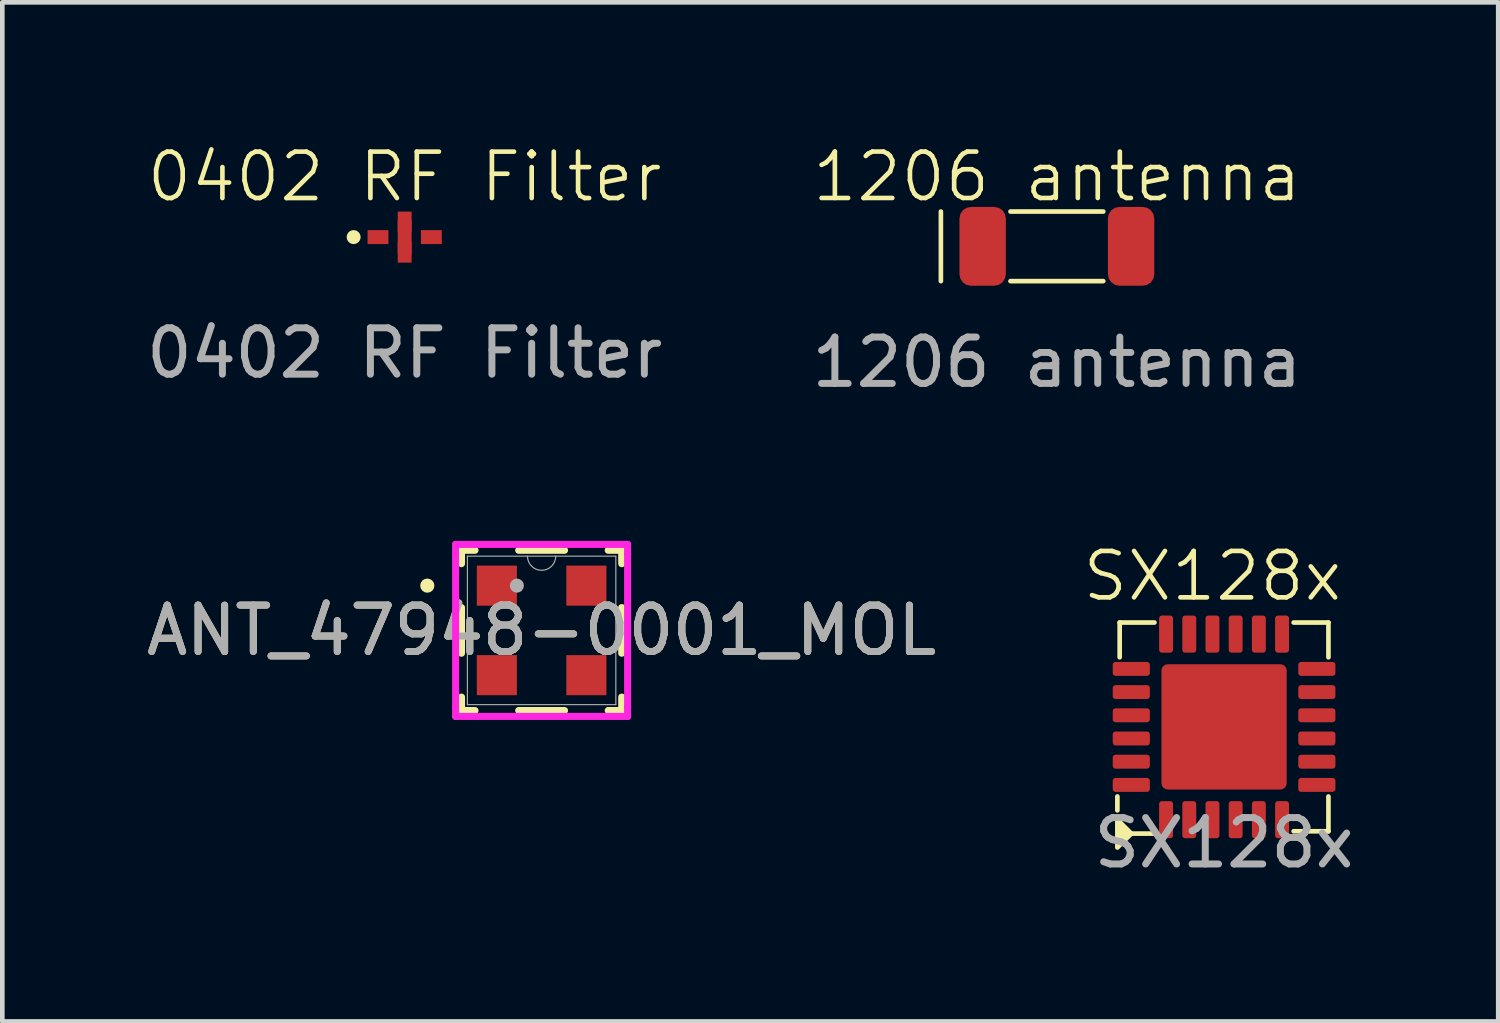
<source format=kicad_pcb>
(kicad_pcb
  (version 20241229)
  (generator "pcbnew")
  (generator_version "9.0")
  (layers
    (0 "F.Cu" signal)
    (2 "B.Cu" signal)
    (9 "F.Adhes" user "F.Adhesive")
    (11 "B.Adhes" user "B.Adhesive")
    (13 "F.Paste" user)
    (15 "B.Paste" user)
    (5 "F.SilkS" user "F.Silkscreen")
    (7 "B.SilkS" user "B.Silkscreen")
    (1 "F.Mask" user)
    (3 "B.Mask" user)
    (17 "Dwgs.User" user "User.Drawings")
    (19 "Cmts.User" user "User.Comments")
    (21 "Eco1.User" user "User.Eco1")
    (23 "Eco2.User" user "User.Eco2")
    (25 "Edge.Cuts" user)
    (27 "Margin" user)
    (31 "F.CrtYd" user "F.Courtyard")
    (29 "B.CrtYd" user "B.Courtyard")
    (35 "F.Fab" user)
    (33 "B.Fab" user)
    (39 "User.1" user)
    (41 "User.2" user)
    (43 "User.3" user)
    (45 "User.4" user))
  (footprint "SX128x"
    (layer "F.Cu")
    (at 23.336 12.619)
    (property "Reference" "SX128x" (at -0.25 -3.25 0) (unlocked yes) (layer "F.SilkS") (effects (font (size 1 1) (thickness 0.1))))
    (attr smd)
    (fp_line (start -2.3 1.5) (end -2.3 1.8) (stroke (width 0.1) (type default)) (layer "F.SilkS"))
    (fp_line (start -2.25 -2.25) (end -1.5 -2.25) (stroke (width 0.1) (type default)) (layer "F.SilkS"))
    (fp_line (start -2.25 -1.5) (end -2.25 -2.25) (stroke (width 0.1) (type default)) (layer "F.SilkS"))
    (fp_line (start -2 2.3) (end -1.5 2.3) (stroke (width 0.1) (type default)) (layer "F.SilkS"))
    (fp_line (start 1.5 -2.25) (end 2.25 -2.25) (stroke (width 0.1) (type default)) (layer "F.SilkS"))
    (fp_line (start 2.25 -2.25) (end 2.25 -1.5) (stroke (width 0.1) (type default)) (layer "F.SilkS"))
    (fp_line (start 2.25 1.5) (end 2.25 2.25) (stroke (width 0.1) (type default)) (layer "F.SilkS"))
    (fp_line (start 2.25 2.25) (end 1.5 2.25) (stroke (width 0.1) (type default)) (layer "F.SilkS"))
    (fp_poly (pts (xy -2.3 2) (xy -2 2.3) (xy -2.3 2.6)) (stroke (width 0.1) (type solid)) (fill yes) (layer "F.SilkS"))
    (fp_text user "${REFERENCE}" (at 0 2.5 0) (unlocked yes) (layer "F.Fab") (effects (font (size 1 1) (thickness 0.15))))
    (pad "0" smd roundrect (at 0 0) (size 2.7 2.7) (layers "F.Cu" "F.Mask" "F.Paste") (roundrect_rratio 0.05))
    (pad "1" smd roundrect (at -1.25 2) (size 0.3 0.8) (layers "F.Cu" "F.Mask" "F.Paste") (roundrect_rratio 0.2))
    (pad "2" smd roundrect (at -0.75 2) (size 0.3 0.8) (layers "F.Cu" "F.Mask" "F.Paste") (roundrect_rratio 0.2))
    (pad "3" smd roundrect (at -0.25 2) (size 0.3 0.8) (layers "F.Cu" "F.Mask" "F.Paste") (roundrect_rratio 0.2))
    (pad "4" smd roundrect (at 0.25 2) (size 0.3 0.8) (layers "F.Cu" "F.Mask" "F.Paste") (roundrect_rratio 0.2))
    (pad "5" smd roundrect (at 0.75 2) (size 0.3 0.8) (layers "F.Cu" "F.Mask" "F.Paste") (roundrect_rratio 0.2))
    (pad "6" smd roundrect (at 1.25 2) (size 0.3 0.8) (layers "F.Cu" "F.Mask" "F.Paste") (roundrect_rratio 0.2))
    (pad "7" smd roundrect (at 2 1.25 90) (size 0.3 0.8) (layers "F.Cu" "F.Mask" "F.Paste") (roundrect_rratio 0.2))
    (pad "8" smd roundrect (at 2 0.75 90) (size 0.3 0.8) (layers "F.Cu" "F.Mask" "F.Paste") (roundrect_rratio 0.2))
    (pad "9" smd roundrect (at 2 0.25 90) (size 0.3 0.8) (layers "F.Cu" "F.Mask" "F.Paste") (roundrect_rratio 0.2))
    (pad "10" smd roundrect (at 2 -0.25 90) (size 0.3 0.8) (layers "F.Cu" "F.Mask" "F.Paste") (roundrect_rratio 0.2))
    (pad "11" smd roundrect (at 2 -0.75 90) (size 0.3 0.8) (layers "F.Cu" "F.Mask" "F.Paste") (roundrect_rratio 0.2))
    (pad "12" smd roundrect (at 2 -1.25 90) (size 0.3 0.8) (layers "F.Cu" "F.Mask" "F.Paste") (roundrect_rratio 0.2))
    (pad "13" smd roundrect (at 1.25 -2 180) (size 0.3 0.8) (layers "F.Cu" "F.Mask" "F.Paste") (roundrect_rratio 0.2))
    (pad "14" smd roundrect (at 0.75 -2 180) (size 0.3 0.8) (layers "F.Cu" "F.Mask" "F.Paste") (roundrect_rratio 0.2))
    (pad "15" smd roundrect (at 0.25 -2 180) (size 0.3 0.8) (layers "F.Cu" "F.Mask" "F.Paste") (roundrect_rratio 0.2))
    (pad "16" smd roundrect (at -0.25 -2 180) (size 0.3 0.8) (layers "F.Cu" "F.Mask" "F.Paste") (roundrect_rratio 0.2))
    (pad "17" smd roundrect (at -0.75 -2 180) (size 0.3 0.8) (layers "F.Cu" "F.Mask" "F.Paste") (roundrect_rratio 0.2))
    (pad "18" smd roundrect (at -1.25 -2 180) (size 0.3 0.8) (layers "F.Cu" "F.Mask" "F.Paste") (roundrect_rratio 0.2))
    (pad "19" smd roundrect (at -2 -1.25 270) (size 0.3 0.8) (layers "F.Cu" "F.Mask" "F.Paste") (roundrect_rratio 0.2))
    (pad "20" smd roundrect (at -2 -0.75 270) (size 0.3 0.8) (layers "F.Cu" "F.Mask" "F.Paste") (roundrect_rratio 0.2))
    (pad "21" smd roundrect (at -2 -0.25 270) (size 0.3 0.8) (layers "F.Cu" "F.Mask" "F.Paste") (roundrect_rratio 0.2))
    (pad "22" smd roundrect (at -2 0.25 270) (size 0.3 0.8) (layers "F.Cu" "F.Mask" "F.Paste") (roundrect_rratio 0.2))
    (pad "23" smd roundrect (at -2 0.75 270) (size 0.3 0.8) (layers "F.Cu" "F.Mask" "F.Paste") (roundrect_rratio 0.2))
    (pad "24" smd roundrect (at -2 1.25 270) (size 0.3 0.8) (layers "F.Cu" "F.Mask" "F.Paste") (roundrect_rratio 0.2)))
  (footprint "0402 RF Filter"
    (layer "F.Cu")
    (at 5.673 2.061)
    (property "Reference" "0402 RF Filter" (at 0 -1.3 0) (unlocked yes) (layer "F.SilkS") (effects (font (size 1 1) (thickness 0.1))))
    (attr smd)
    (fp_line (start 0 -0.325) (end 0 0.325) (stroke (width 0.3) (type default)) (layer "F.Cu"))
    (fp_circle (center -1.1 0) (end -1 0) (stroke (width 0.1) (type solid)) (fill yes) (layer "F.SilkS"))
    (fp_text user "${REFERENCE}" (at 0 2.5 0) (unlocked yes) (layer "F.Fab") (effects (font (size 1 1) (thickness 0.15))))
    (pad "1" smd rect (at 0 -0.325 90) (size 0.45 0.3) (layers "F.Cu" "F.Mask" "F.Paste"))
    (pad "2" smd rect (at 0.575 0 180) (size 0.45 0.3) (layers "F.Cu" "F.Mask" "F.Paste"))
    (pad "3" smd rect (at 0 0.325 90) (size 0.45 0.3) (layers "F.Cu" "F.Mask" "F.Paste"))
    (pad "4" smd rect (at -0.575 0 180) (size 0.45 0.3) (layers "F.Cu" "F.Mask" "F.Paste")))
  (footprint "ANT_47948-0001_MOL"
    (layer "F.Cu")
    (at 8.625 10.539)
    (property "Reference" "ANT_47948-0001_MOL" (at 0 0 0) (unlocked yes) (layer "F.SilkS") (effects (font (size 1 1) (thickness 0.15))))
    (attr smd)
    (fp_line (start -1.727 -1.727) (end -1.727 -1.438) (stroke (width 0.152) (type solid)) (layer "F.SilkS"))
    (fp_line (start -1.727 -0.492) (end -1.727 0.492) (stroke (width 0.152) (type solid)) (layer "F.SilkS"))
    (fp_line (start -1.727 1.438) (end -1.727 1.727) (stroke (width 0.152) (type solid)) (layer "F.SilkS"))
    (fp_line (start -1.727 1.727) (end -1.436 1.727) (stroke (width 0.152) (type solid)) (layer "F.SilkS"))
    (fp_line (start -1.436 -1.727) (end -1.727 -1.727) (stroke (width 0.152) (type solid)) (layer "F.SilkS"))
    (fp_line (start -0.494 1.727) (end 0.494 1.727) (stroke (width 0.152) (type solid)) (layer "F.SilkS"))
    (fp_line (start 0.494 -1.727) (end -0.494 -1.727) (stroke (width 0.152) (type solid)) (layer "F.SilkS"))
    (fp_line (start 1.436 1.727) (end 1.727 1.727) (stroke (width 0.152) (type solid)) (layer "F.SilkS"))
    (fp_line (start 1.727 -1.727) (end 1.436 -1.727) (stroke (width 0.152) (type solid)) (layer "F.SilkS"))
    (fp_line (start 1.727 -1.438) (end 1.727 -1.727) (stroke (width 0.152) (type solid)) (layer "F.SilkS"))
    (fp_line (start 1.727 0.492) (end 1.727 -0.492) (stroke (width 0.152) (type solid)) (layer "F.SilkS"))
    (fp_line (start 1.727 1.727) (end 1.727 1.438) (stroke (width 0.152) (type solid)) (layer "F.SilkS"))
    (fp_circle (center -2.464 -0.965) (end -2.387 -0.965) (stroke (width 0.152) (type solid)) (fill no) (layer "F.SilkS"))
    (fp_line (start -1.854 -1.854) (end 1.854 -1.854) (stroke (width 0.152) (type solid)) (layer "F.CrtYd"))
    (fp_line (start -1.854 -1.651) (end -1.854 -1.854) (stroke (width 0.152) (type solid)) (layer "F.CrtYd"))
    (fp_line (start -1.854 -1.651) (end -1.854 -1.651) (stroke (width 0.152) (type solid)) (layer "F.CrtYd"))
    (fp_line (start -1.854 1.651) (end -1.854 -1.651) (stroke (width 0.152) (type solid)) (layer "F.CrtYd"))
    (fp_line (start -1.854 1.651) (end -1.854 1.651) (stroke (width 0.152) (type solid)) (layer "F.CrtYd"))
    (fp_line (start -1.854 1.854) (end -1.854 1.651) (stroke (width 0.152) (type solid)) (layer "F.CrtYd"))
    (fp_line (start 1.854 -1.854) (end 1.854 -1.651) (stroke (width 0.152) (type solid)) (layer "F.CrtYd"))
    (fp_line (start 1.854 -1.651) (end 1.854 -1.651) (stroke (width 0.152) (type solid)) (layer "F.CrtYd"))
    (fp_line (start 1.854 -1.651) (end 1.854 1.651) (stroke (width 0.152) (type solid)) (layer "F.CrtYd"))
    (fp_line (start 1.854 1.651) (end 1.854 1.651) (stroke (width 0.152) (type solid)) (layer "F.CrtYd"))
    (fp_line (start 1.854 1.651) (end 1.854 1.854) (stroke (width 0.152) (type solid)) (layer "F.CrtYd"))
    (fp_line (start 1.854 1.854) (end -1.854 1.854) (stroke (width 0.152) (type solid)) (layer "F.CrtYd"))
    (fp_line (start -1.6 -1.6) (end -1.6 1.6) (stroke (width 0.025) (type solid)) (layer "F.Fab"))
    (fp_line (start -1.6 1.6) (end 1.6 1.6) (stroke (width 0.025) (type solid)) (layer "F.Fab"))
    (fp_line (start 1.6 -1.6) (end -1.6 -1.6) (stroke (width 0.025) (type solid)) (layer "F.Fab"))
    (fp_line (start 1.6 1.6) (end 1.6 -1.6) (stroke (width 0.025) (type solid)) (layer "F.Fab"))
    (fp_arc (start 0.3048 -1.6002) (mid 0 -1.2954) (end -0.3048 -1.6002) (stroke (width 0.0254) (type solid)) (layer "F.Fab"))
    (fp_circle (center -0.533 -0.965) (end -0.533 -0.965) (stroke (width 0.152) (type solid)) (fill no) (layer "F.Fab"))
    (fp_text user "${REFERENCE}" (at 0 0 0) (unlocked yes) (layer "F.Fab") (effects (font (size 1 1) (thickness 0.15))))
    (pad "1" smd rect (at -0.965 -0.965) (size 0.864 0.864) (layers "F.Cu" "F.Mask" "F.Paste"))
    (pad "2" smd rect (at -0.965 0.965) (size 0.864 0.864) (layers "F.Cu" "F.Mask" "F.Paste"))
    (pad "3" smd rect (at 0.965 0.965) (size 0.864 0.864) (layers "F.Cu" "F.Mask" "F.Paste"))
    (pad "4" smd rect (at 0.965 -0.965) (size 0.864 0.864) (layers "F.Cu" "F.Mask" "F.Paste")))
  (footprint "1206 antenna"
    (layer "F.Cu")
    (at 19.732 2.26)
    (property "Reference" "1206 antenna" (at 0 -1.5 0) (unlocked yes) (layer "F.SilkS") (effects (font (size 1 1) (thickness 0.1))))
    (attr smd)
    (fp_line (start -2.5 -0.75) (end -2.5 0.75) (stroke (width 0.1) (type default)) (layer "F.SilkS"))
    (fp_line (start -1 -0.75) (end 1 -0.75) (stroke (width 0.1) (type default)) (layer "F.SilkS"))
    (fp_line (start -1 0.75) (end 1 0.75) (stroke (width 0.1) (type default)) (layer "F.SilkS"))
    (fp_text user "${REFERENCE}" (at 0 2.5 0) (unlocked yes) (layer "F.Fab") (effects (font (size 1 1) (thickness 0.15))))
    (pad "1" smd roundrect (at -1.6 0) (size 1 1.7) (layers "F.Cu" "F.Mask" "F.Paste") (roundrect_rratio 0.25))
    (pad "2" smd roundrect (at 1.6 0) (size 1 1.7) (layers "F.Cu" "F.Mask" "F.Paste") (roundrect_rratio 0.25)))
  (gr_rect
    (start -3 -3)
    (end 29.246 18.968)
    (stroke (width 0.1) (type default))
    (fill no)
    (layer "Edge.Cuts")))
</source>
